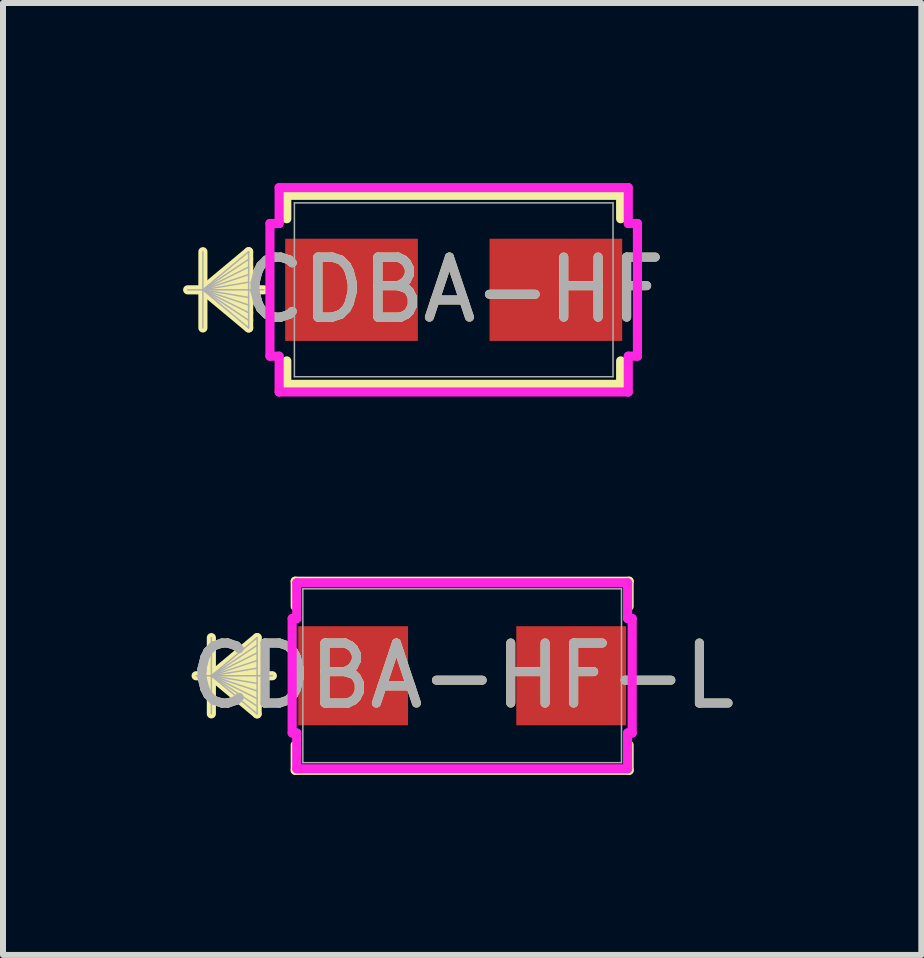
<source format=kicad_pcb>
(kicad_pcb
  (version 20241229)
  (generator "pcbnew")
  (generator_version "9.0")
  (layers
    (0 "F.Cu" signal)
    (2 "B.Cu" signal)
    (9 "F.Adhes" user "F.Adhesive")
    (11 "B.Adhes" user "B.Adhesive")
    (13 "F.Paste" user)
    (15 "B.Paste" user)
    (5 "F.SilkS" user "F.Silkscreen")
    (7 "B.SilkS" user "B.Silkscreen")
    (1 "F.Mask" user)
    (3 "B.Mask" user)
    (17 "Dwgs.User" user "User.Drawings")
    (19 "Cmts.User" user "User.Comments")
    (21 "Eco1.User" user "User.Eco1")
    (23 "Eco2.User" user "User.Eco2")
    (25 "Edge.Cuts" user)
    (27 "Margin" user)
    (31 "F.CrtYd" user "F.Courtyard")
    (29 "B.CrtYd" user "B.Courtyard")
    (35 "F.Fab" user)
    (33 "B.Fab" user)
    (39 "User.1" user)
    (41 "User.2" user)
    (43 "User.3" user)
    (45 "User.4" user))
  (footprint "CDBA-HF-L"
    (layer "F.Cu")
    (at 4.649 8.207)
    (property "Reference" "CDBA-HF-L" (at 0 0 0) (unlocked yes) (layer "F.SilkS") (effects (font (size 1 1) (thickness 0.15))))
    (attr smd)
    (fp_line (start -4.178 -0.635) (end -4.178 0.635) (stroke (width 0.152) (type solid)) (layer "F.SilkS"))
    (fp_line (start -4.178 0) (end -3.416 -0.635) (stroke (width 0.152) (type solid)) (layer "F.SilkS"))
    (fp_line (start -4.178 0) (end -3.416 -0.508) (stroke (width 0.152) (type solid)) (layer "F.SilkS"))
    (fp_line (start -4.178 0) (end -3.416 -0.381) (stroke (width 0.152) (type solid)) (layer "F.SilkS"))
    (fp_line (start -4.178 0) (end -3.416 -0.254) (stroke (width 0.152) (type solid)) (layer "F.SilkS"))
    (fp_line (start -4.178 0) (end -3.416 -0.127) (stroke (width 0.152) (type solid)) (layer "F.SilkS"))
    (fp_line (start -4.178 0) (end -3.416 0.127) (stroke (width 0.152) (type solid)) (layer "F.SilkS"))
    (fp_line (start -4.178 0) (end -3.416 0.254) (stroke (width 0.152) (type solid)) (layer "F.SilkS"))
    (fp_line (start -4.178 0) (end -3.416 0.381) (stroke (width 0.152) (type solid)) (layer "F.SilkS"))
    (fp_line (start -4.178 0) (end -3.416 0.508) (stroke (width 0.152) (type solid)) (layer "F.SilkS"))
    (fp_line (start -4.178 0) (end -3.416 0.635) (stroke (width 0.152) (type solid)) (layer "F.SilkS"))
    (fp_line (start -3.416 -0.635) (end -3.416 0.635) (stroke (width 0.152) (type solid)) (layer "F.SilkS"))
    (fp_line (start -3.162 0) (end -4.432 0) (stroke (width 0.152) (type solid)) (layer "F.SilkS"))
    (fp_line (start -2.781 -1.575) (end -2.781 -1.154) (stroke (width 0.152) (type solid)) (layer "F.SilkS"))
    (fp_line (start -2.781 1.154) (end -2.781 1.575) (stroke (width 0.152) (type solid)) (layer "F.SilkS"))
    (fp_line (start -2.781 1.575) (end 2.781 1.575) (stroke (width 0.152) (type solid)) (layer "F.SilkS"))
    (fp_line (start 2.781 -1.575) (end -2.781 -1.575) (stroke (width 0.152) (type solid)) (layer "F.SilkS"))
    (fp_line (start 2.781 -1.154) (end 2.781 -1.575) (stroke (width 0.152) (type solid)) (layer "F.SilkS"))
    (fp_line (start 2.781 1.575) (end 2.781 1.154) (stroke (width 0.152) (type solid)) (layer "F.SilkS"))
    (fp_line (start -2.832 -0.953) (end -2.756 -0.953) (stroke (width 0.152) (type solid)) (layer "F.CrtYd"))
    (fp_line (start -2.832 0.953) (end -2.832 -0.953) (stroke (width 0.152) (type solid)) (layer "F.CrtYd"))
    (fp_line (start -2.756 -1.549) (end 2.756 -1.549) (stroke (width 0.152) (type solid)) (layer "F.CrtYd"))
    (fp_line (start -2.756 -0.953) (end -2.756 -1.549) (stroke (width 0.152) (type solid)) (layer "F.CrtYd"))
    (fp_line (start -2.756 0.953) (end -2.832 0.953) (stroke (width 0.152) (type solid)) (layer "F.CrtYd"))
    (fp_line (start -2.756 1.549) (end -2.756 0.953) (stroke (width 0.152) (type solid)) (layer "F.CrtYd"))
    (fp_line (start 2.756 -1.549) (end 2.756 -0.953) (stroke (width 0.152) (type solid)) (layer "F.CrtYd"))
    (fp_line (start 2.756 -0.953) (end 2.832 -0.953) (stroke (width 0.152) (type solid)) (layer "F.CrtYd"))
    (fp_line (start 2.756 0.953) (end 2.756 1.549) (stroke (width 0.152) (type solid)) (layer "F.CrtYd"))
    (fp_line (start 2.756 1.549) (end -2.756 1.549) (stroke (width 0.152) (type solid)) (layer "F.CrtYd"))
    (fp_line (start 2.832 -0.953) (end 2.832 0.953) (stroke (width 0.152) (type solid)) (layer "F.CrtYd"))
    (fp_line (start 2.832 0.953) (end 2.756 0.953) (stroke (width 0.152) (type solid)) (layer "F.CrtYd"))
    (fp_line (start -4.178 -0.635) (end -4.178 0.635) (stroke (width 0.025) (type solid)) (layer "F.Fab"))
    (fp_line (start -4.178 0) (end -3.416 -0.635) (stroke (width 0.025) (type solid)) (layer "F.Fab"))
    (fp_line (start -4.178 0) (end -3.416 -0.508) (stroke (width 0.025) (type solid)) (layer "F.Fab"))
    (fp_line (start -4.178 0) (end -3.416 -0.381) (stroke (width 0.025) (type solid)) (layer "F.Fab"))
    (fp_line (start -4.178 0) (end -3.416 -0.254) (stroke (width 0.025) (type solid)) (layer "F.Fab"))
    (fp_line (start -4.178 0) (end -3.416 -0.127) (stroke (width 0.025) (type solid)) (layer "F.Fab"))
    (fp_line (start -4.178 0) (end -3.416 0.127) (stroke (width 0.025) (type solid)) (layer "F.Fab"))
    (fp_line (start -4.178 0) (end -3.416 0.254) (stroke (width 0.025) (type solid)) (layer "F.Fab"))
    (fp_line (start -4.178 0) (end -3.416 0.381) (stroke (width 0.025) (type solid)) (layer "F.Fab"))
    (fp_line (start -4.178 0) (end -3.416 0.508) (stroke (width 0.025) (type solid)) (layer "F.Fab"))
    (fp_line (start -4.178 0) (end -3.416 0.635) (stroke (width 0.025) (type solid)) (layer "F.Fab"))
    (fp_line (start -3.416 -0.635) (end -3.416 0.635) (stroke (width 0.025) (type solid)) (layer "F.Fab"))
    (fp_line (start -3.162 0) (end -4.432 0) (stroke (width 0.025) (type solid)) (layer "F.Fab"))
    (fp_line (start -2.654 -1.448) (end -2.654 1.448) (stroke (width 0.025) (type solid)) (layer "F.Fab"))
    (fp_line (start -2.654 1.448) (end 2.654 1.448) (stroke (width 0.025) (type solid)) (layer "F.Fab"))
    (fp_line (start 2.654 -1.448) (end -2.654 -1.448) (stroke (width 0.025) (type solid)) (layer "F.Fab"))
    (fp_line (start 2.654 1.448) (end 2.654 -1.448) (stroke (width 0.025) (type solid)) (layer "F.Fab"))
    (fp_text user "${REFERENCE}" (at 0 0 0) (unlocked yes) (layer "F.Fab") (effects (font (size 1 1) (thickness 0.15))))
    (pad "1" smd rect (at -1.816 0 90) (size 1.651 1.829) (layers "F.Cu" "F.Mask" "F.Paste"))
    (pad "2" smd rect (at 1.816 0 90) (size 1.651 1.829) (layers "F.Cu" "F.Mask" "F.Paste"))
    (zone (net_name "") (layer "F.Cu") (hatch full 0.508) (connect_pads) (min_thickness 0.254) (filled_areas_thickness no) (keepout (tracks not_allowed) (vias not_allowed) (pads allowed) (copperpour not_allowed) (footprints allowed)) (placement (enabled no)) (fill) (polygon (pts (xy 2.045 6.81) (xy 7.252 6.81) (xy 7.252 7.305) (xy 2.045 7.305))))
    (zone (net_name "") (layer "F.Cu") (hatch full 0.508) (connect_pads) (min_thickness 0.254) (filled_areas_thickness no) (keepout (tracks not_allowed) (vias not_allowed) (pads allowed) (copperpour not_allowed) (footprints allowed)) (placement (enabled no)) (fill) (polygon (pts (xy 2.045 9.109) (xy 7.252 9.109) (xy 7.252 9.604) (xy 2.045 9.604))))
    (zone (net_name "") (layer "F.Cu") (hatch full 0.508) (connect_pads) (min_thickness 0.254) (filled_areas_thickness no) (keepout (tracks not_allowed) (vias not_allowed) (pads allowed) (copperpour not_allowed) (footprints allowed)) (placement (enabled no)) (fill) (polygon (pts (xy 3.798 7.305) (xy 5.5 7.305) (xy 5.5 9.109) (xy 3.798 9.109)))))
  (footprint "CDBA-HF"
    (layer "F.Cu")
    (at 4.508 1.778)
    (property "Reference" "CDBA-HF" (at 0 0 0) (unlocked yes) (layer "F.SilkS") (effects (font (size 1 1) (thickness 0.15))))
    (attr smd)
    (fp_line (start -4.178 -0.635) (end -4.178 0.635) (stroke (width 0.152) (type solid)) (layer "F.SilkS"))
    (fp_line (start -4.178 0) (end -3.416 -0.635) (stroke (width 0.152) (type solid)) (layer "F.SilkS"))
    (fp_line (start -4.178 0) (end -3.416 -0.508) (stroke (width 0.152) (type solid)) (layer "F.SilkS"))
    (fp_line (start -4.178 0) (end -3.416 -0.381) (stroke (width 0.152) (type solid)) (layer "F.SilkS"))
    (fp_line (start -4.178 0) (end -3.416 -0.254) (stroke (width 0.152) (type solid)) (layer "F.SilkS"))
    (fp_line (start -4.178 0) (end -3.416 -0.127) (stroke (width 0.152) (type solid)) (layer "F.SilkS"))
    (fp_line (start -4.178 0) (end -3.416 0.127) (stroke (width 0.152) (type solid)) (layer "F.SilkS"))
    (fp_line (start -4.178 0) (end -3.416 0.254) (stroke (width 0.152) (type solid)) (layer "F.SilkS"))
    (fp_line (start -4.178 0) (end -3.416 0.381) (stroke (width 0.152) (type solid)) (layer "F.SilkS"))
    (fp_line (start -4.178 0) (end -3.416 0.508) (stroke (width 0.152) (type solid)) (layer "F.SilkS"))
    (fp_line (start -4.178 0) (end -3.416 0.635) (stroke (width 0.152) (type solid)) (layer "F.SilkS"))
    (fp_line (start -3.416 -0.635) (end -3.416 0.635) (stroke (width 0.152) (type solid)) (layer "F.SilkS"))
    (fp_line (start -3.162 0) (end -4.432 0) (stroke (width 0.152) (type solid)) (layer "F.SilkS"))
    (fp_line (start -2.781 -1.575) (end -2.781 -1.184) (stroke (width 0.152) (type solid)) (layer "F.SilkS"))
    (fp_line (start -2.781 1.184) (end -2.781 1.575) (stroke (width 0.152) (type solid)) (layer "F.SilkS"))
    (fp_line (start -2.781 1.575) (end 2.781 1.575) (stroke (width 0.152) (type solid)) (layer "F.SilkS"))
    (fp_line (start 2.781 -1.575) (end -2.781 -1.575) (stroke (width 0.152) (type solid)) (layer "F.SilkS"))
    (fp_line (start 2.781 -1.184) (end 2.781 -1.575) (stroke (width 0.152) (type solid)) (layer "F.SilkS"))
    (fp_line (start 2.781 1.575) (end 2.781 1.184) (stroke (width 0.152) (type solid)) (layer "F.SilkS"))
    (fp_line (start -3.061 -1.105) (end -2.908 -1.105) (stroke (width 0.152) (type solid)) (layer "F.CrtYd"))
    (fp_line (start -3.061 1.105) (end -3.061 -1.105) (stroke (width 0.152) (type solid)) (layer "F.CrtYd"))
    (fp_line (start -2.908 -1.702) (end 2.908 -1.702) (stroke (width 0.152) (type solid)) (layer "F.CrtYd"))
    (fp_line (start -2.908 -1.105) (end -2.908 -1.702) (stroke (width 0.152) (type solid)) (layer "F.CrtYd"))
    (fp_line (start -2.908 1.105) (end -3.061 1.105) (stroke (width 0.152) (type solid)) (layer "F.CrtYd"))
    (fp_line (start -2.908 1.702) (end -2.908 1.105) (stroke (width 0.152) (type solid)) (layer "F.CrtYd"))
    (fp_line (start 2.908 -1.702) (end 2.908 -1.105) (stroke (width 0.152) (type solid)) (layer "F.CrtYd"))
    (fp_line (start 2.908 -1.105) (end 3.061 -1.105) (stroke (width 0.152) (type solid)) (layer "F.CrtYd"))
    (fp_line (start 2.908 1.105) (end 2.908 1.702) (stroke (width 0.152) (type solid)) (layer "F.CrtYd"))
    (fp_line (start 2.908 1.702) (end -2.908 1.702) (stroke (width 0.152) (type solid)) (layer "F.CrtYd"))
    (fp_line (start 3.061 -1.105) (end 3.061 1.105) (stroke (width 0.152) (type solid)) (layer "F.CrtYd"))
    (fp_line (start 3.061 1.105) (end 2.908 1.105) (stroke (width 0.152) (type solid)) (layer "F.CrtYd"))
    (fp_line (start -4.178 -0.635) (end -4.178 0.635) (stroke (width 0.025) (type solid)) (layer "F.Fab"))
    (fp_line (start -4.178 0) (end -3.416 -0.635) (stroke (width 0.025) (type solid)) (layer "F.Fab"))
    (fp_line (start -4.178 0) (end -3.416 -0.508) (stroke (width 0.025) (type solid)) (layer "F.Fab"))
    (fp_line (start -4.178 0) (end -3.416 -0.381) (stroke (width 0.025) (type solid)) (layer "F.Fab"))
    (fp_line (start -4.178 0) (end -3.416 -0.254) (stroke (width 0.025) (type solid)) (layer "F.Fab"))
    (fp_line (start -4.178 0) (end -3.416 -0.127) (stroke (width 0.025) (type solid)) (layer "F.Fab"))
    (fp_line (start -4.178 0) (end -3.416 0.127) (stroke (width 0.025) (type solid)) (layer "F.Fab"))
    (fp_line (start -4.178 0) (end -3.416 0.254) (stroke (width 0.025) (type solid)) (layer "F.Fab"))
    (fp_line (start -4.178 0) (end -3.416 0.381) (stroke (width 0.025) (type solid)) (layer "F.Fab"))
    (fp_line (start -4.178 0) (end -3.416 0.508) (stroke (width 0.025) (type solid)) (layer "F.Fab"))
    (fp_line (start -4.178 0) (end -3.416 0.635) (stroke (width 0.025) (type solid)) (layer "F.Fab"))
    (fp_line (start -3.416 -0.635) (end -3.416 0.635) (stroke (width 0.025) (type solid)) (layer "F.Fab"))
    (fp_line (start -3.162 0) (end -4.432 0) (stroke (width 0.025) (type solid)) (layer "F.Fab"))
    (fp_line (start -2.654 -1.448) (end -2.654 1.448) (stroke (width 0.025) (type solid)) (layer "F.Fab"))
    (fp_line (start -2.654 1.448) (end 2.654 1.448) (stroke (width 0.025) (type solid)) (layer "F.Fab"))
    (fp_line (start 2.654 -1.448) (end -2.654 -1.448) (stroke (width 0.025) (type solid)) (layer "F.Fab"))
    (fp_line (start 2.654 1.448) (end 2.654 -1.448) (stroke (width 0.025) (type solid)) (layer "F.Fab"))
    (fp_text user "${REFERENCE}" (at 0 0 0) (unlocked yes) (layer "F.Fab") (effects (font (size 1 1) (thickness 0.15))))
    (pad "1" smd rect (at -1.702 0 90) (size 1.702 2.21) (layers "F.Cu" "F.Mask" "F.Paste"))
    (pad "2" smd rect (at 1.702 0 90) (size 1.702 2.21) (layers "F.Cu" "F.Mask" "F.Paste"))
    (zone (net_name "") (layer "F.Cu") (hatch full 0.508) (connect_pads) (min_thickness 0.254) (filled_areas_thickness no) (keepout (tracks not_allowed) (vias not_allowed) (pads allowed) (copperpour not_allowed) (footprints allowed)) (placement (enabled no)) (fill) (polygon (pts (xy 1.905 0.381) (xy 7.112 0.381) (xy 7.112 0.876) (xy 1.905 0.876))))
    (zone (net_name "") (layer "F.Cu") (hatch full 0.508) (connect_pads) (min_thickness 0.254) (filled_areas_thickness no) (keepout (tracks not_allowed) (vias not_allowed) (pads allowed) (copperpour not_allowed) (footprints allowed)) (placement (enabled no)) (fill) (polygon (pts (xy 1.905 2.68) (xy 7.112 2.68) (xy 7.112 3.175) (xy 1.905 3.175))))
    (zone (net_name "") (layer "F.Cu") (hatch full 0.508) (connect_pads) (min_thickness 0.254) (filled_areas_thickness no) (keepout (tracks not_allowed) (vias not_allowed) (pads allowed) (copperpour not_allowed) (footprints allowed)) (placement (enabled no)) (fill) (polygon (pts (xy 3.962 0.876) (xy 5.055 0.876) (xy 5.055 2.68) (xy 3.962 2.68)))))
  (gr_rect
    (start -3 -3)
    (end 12.298 12.858)
    (stroke (width 0.1) (type default))
    (fill no)
    (layer "Edge.Cuts")))
</source>
